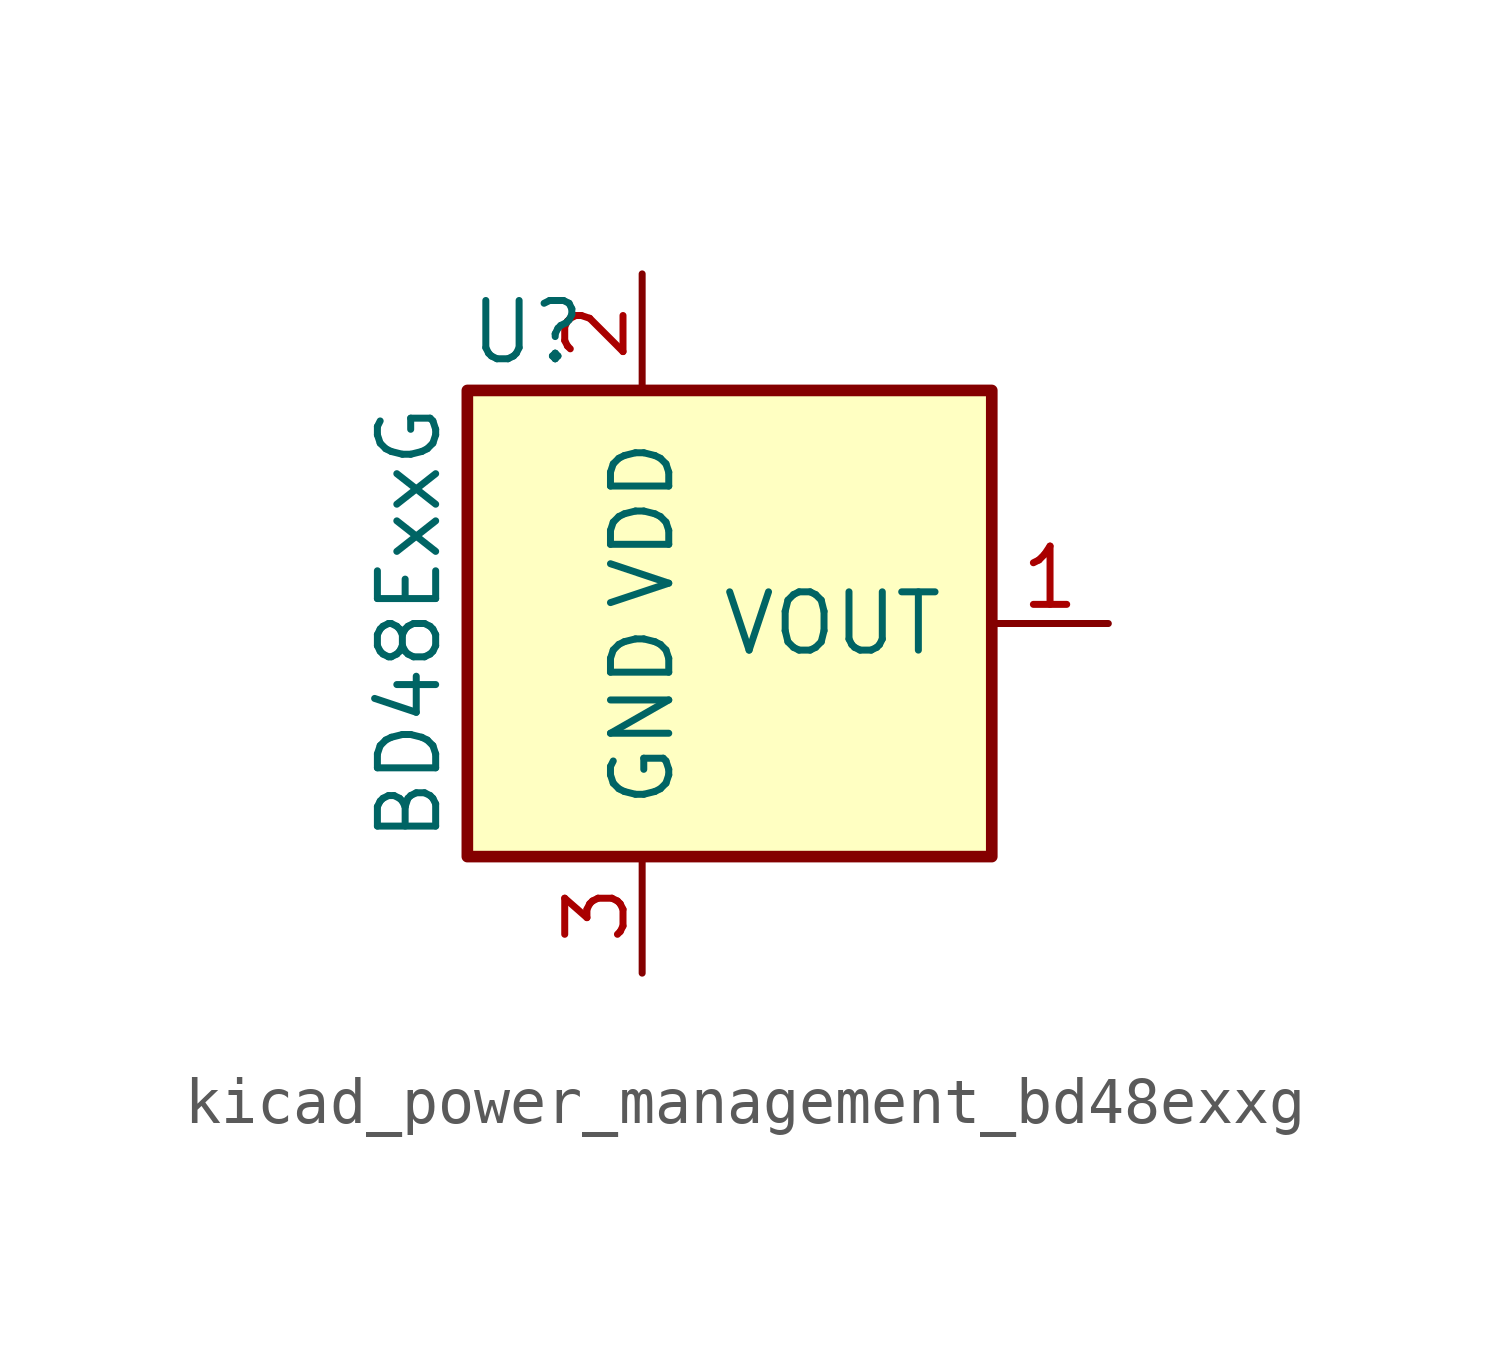
<source format=kicad_sym>
(kicad_symbol_lib
  (version 20220914)
  (generator kicad_symbol_editor)
  (symbol "kicad_power_management_bd48exxg"
    (pin_names
      (offset 1.016))
    (property "Reference" "U"
      (at -3.81 6.35 0)
      (effects (font (size 1.27 1.27)) (justify left)))
    (property "Value" "BD48ExxG"
      (at -5.08 0 90)
      (effects (font (size 1.27 1.27))))
    (symbol "kicad_power_management_bd48exxg_1_1"
      (rectangle (start -3.81 5.08) (end 7.62 -5.08) (stroke (width 0.254) (type default)) (fill (type background)))
      (pin output line (at 10.16 0 180) (length 2.54) (name "VOUT" (effects (font (size 1.27 1.27)))) (number "1" (effects (font (size 1.27 1.27)))))
      (pin power_in line (at 0 7.62 270) (length 2.54) (name "VDD" (effects (font (size 1.27 1.27)))) (number "2" (effects (font (size 1.27 1.27)))))
      (pin power_in line (at 0 -7.62 90) (length 2.54) (name "GND" (effects (font (size 1.27 1.27)))) (number "3" (effects (font (size 1.27 1.27))))))))
</source>
